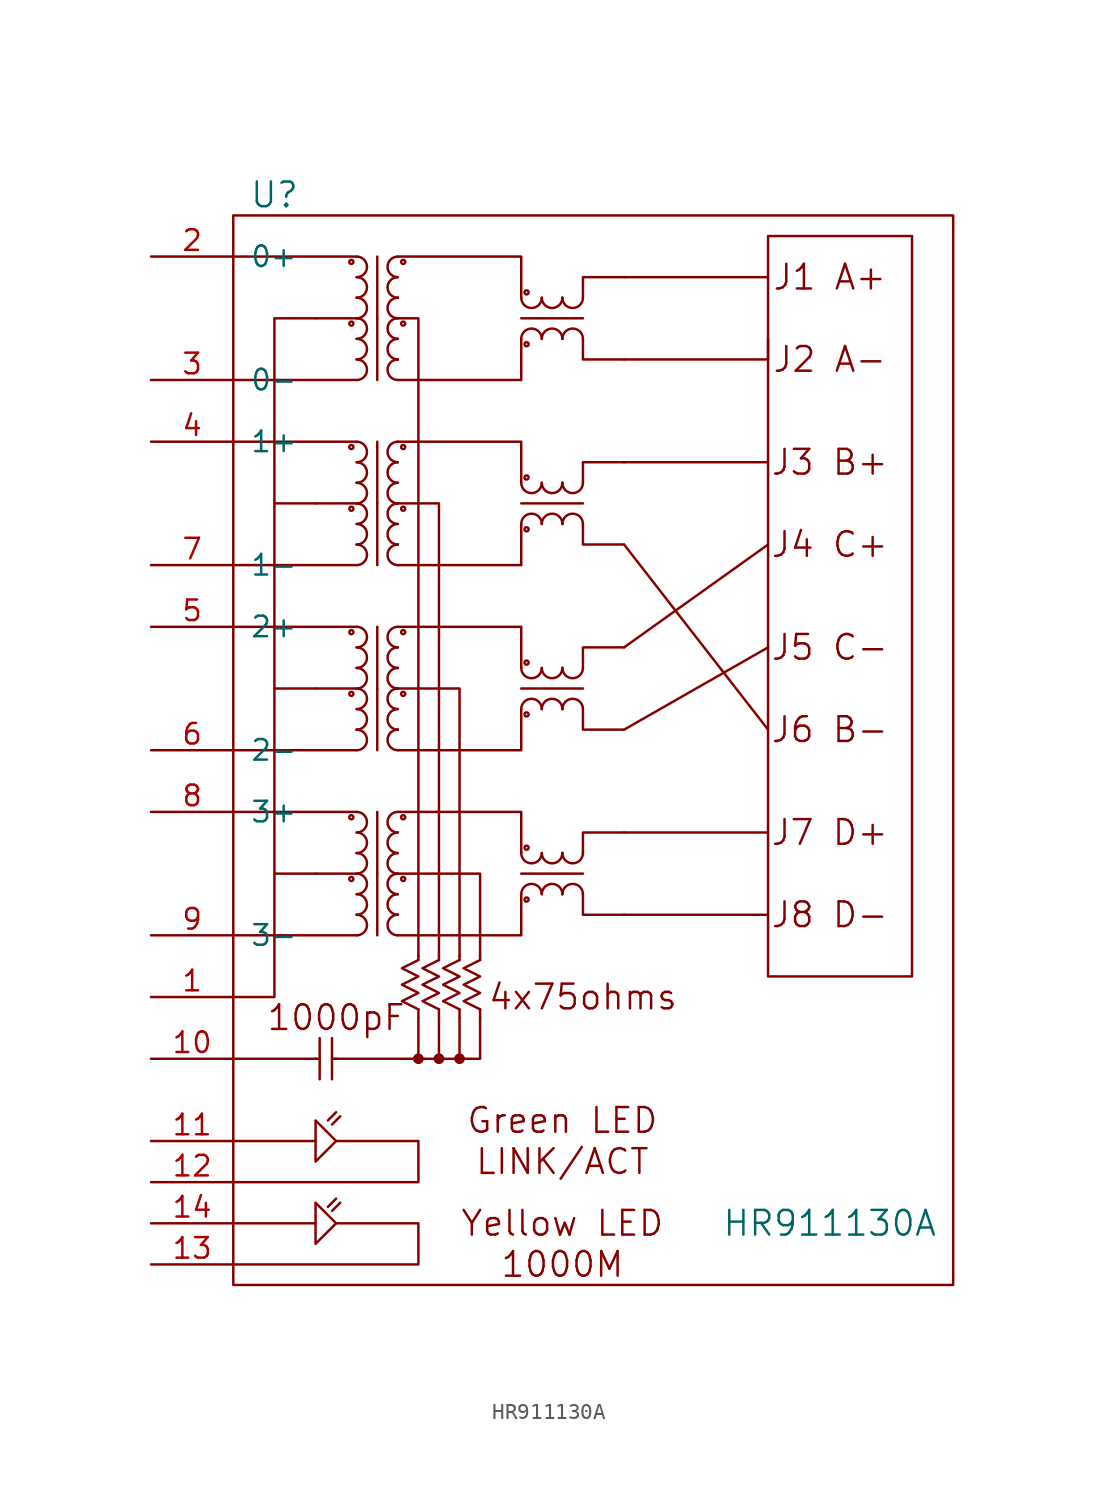
<source format=kicad_sym>
(kicad_symbol_lib
  (version 20220914)
  (generator kicad_symbol_editor)
  (symbol "HR911130A"
    (pin_names
      (offset 1.016))
    (property "Reference" "U"
      (at -17.78 20.32 0)
      (effects (font (size 1.524 1.524))))
    (property "Value" "HR911130A"
      (at 16.51 -43.18 0)
      (effects (font (size 1.524 1.524))))
    (property "Footprint" ""
      (at 2.54 -8.89 0)
      (effects (font (size 1.524 1.524))))
    (property "Datasheet" ""
      (at 2.54 -8.89 0)
      (effects (font (size 1.524 1.524))))
    (symbol "HR911130A_0_0"
      (circle (center -13.03 -21.92) (radius 0.127) (stroke (width 0) (type default)) (fill (type none)))
      (circle (center -13.03 -18.11) (radius 0.127) (stroke (width 0) (type default)) (fill (type none)))
      (circle (center -13.03 -10.49) (radius 0.127) (stroke (width 0) (type default)) (fill (type none)))
      (circle (center -13.03 -6.68) (radius 0.127) (stroke (width 0) (type default)) (fill (type none)))
      (circle (center -13.03 0.94) (radius 0.127) (stroke (width 0) (type default)) (fill (type none)))
      (circle (center -13.03 4.75) (radius 0.127) (stroke (width 0) (type default)) (fill (type none)))
      (circle (center -13.03 12.37) (radius 0.127) (stroke (width 0) (type default)) (fill (type none)))
      (circle (center -13.03 16.18) (radius 0.127) (stroke (width 0) (type default)) (fill (type none)))
      (arc (start -12.7 -25.4) (mid -12.0677 -24.765) (end -12.7 -24.13) (stroke (width 0) (type default)) (fill (type none)))
      (arc (start -12.7 -24.13) (mid -12.7 -24.13) (end -12.7 -24.13) (stroke (width 0) (type default)) (fill (type none)))
      (arc (start -12.7 -24.13) (mid -12.0677 -23.495) (end -12.7 -22.86) (stroke (width 0) (type default)) (fill (type none)))
      (arc (start -12.7 -22.86) (mid -12.0677 -22.225) (end -12.7 -21.59) (stroke (width 0) (type default)) (fill (type none)))
      (arc (start -12.7 -21.59) (mid -12.0677 -20.955) (end -12.7 -20.32) (stroke (width 0) (type default)) (fill (type none)))
      (arc (start -12.7 -20.32) (mid -12.7 -20.32) (end -12.7 -20.32) (stroke (width 0) (type default)) (fill (type none)))
      (arc (start -12.7 -20.32) (mid -12.0677 -19.685) (end -12.7 -19.05) (stroke (width 0) (type default)) (fill (type none)))
      (arc (start -12.7 -19.05) (mid -12.0677 -18.415) (end -12.7 -17.78) (stroke (width 0) (type default)) (fill (type none)))
      (arc (start -12.7 -13.97) (mid -12.0677 -13.335) (end -12.7 -12.7) (stroke (width 0) (type default)) (fill (type none)))
      (arc (start -12.7 -12.7) (mid -12.7 -12.7) (end -12.7 -12.7) (stroke (width 0) (type default)) (fill (type none)))
      (arc (start -12.7 -12.7) (mid -12.0677 -12.065) (end -12.7 -11.43) (stroke (width 0) (type default)) (fill (type none)))
      (arc (start -12.7 -11.43) (mid -12.0677 -10.795) (end -12.7 -10.16) (stroke (width 0) (type default)) (fill (type none)))
      (arc (start -12.7 -10.16) (mid -12.0677 -9.525) (end -12.7 -8.89) (stroke (width 0) (type default)) (fill (type none)))
      (arc (start -12.7 -8.89) (mid -12.7 -8.89) (end -12.7 -8.89) (stroke (width 0) (type default)) (fill (type none)))
      (arc (start -12.7 -8.89) (mid -12.0677 -8.255) (end -12.7 -7.62) (stroke (width 0) (type default)) (fill (type none)))
      (arc (start -12.7 -7.62) (mid -12.0677 -6.985) (end -12.7 -6.35) (stroke (width 0) (type default)) (fill (type none)))
      (arc (start -12.7 -2.54) (mid -12.0677 -1.905) (end -12.7 -1.27) (stroke (width 0) (type default)) (fill (type none)))
      (arc (start -12.7 -1.27) (mid -12.7 -1.27) (end -12.7 -1.27) (stroke (width 0) (type default)) (fill (type none)))
      (arc (start -12.7 -1.27) (mid -12.0677 -0.635) (end -12.7 0) (stroke (width 0) (type default)) (fill (type none)))
      (arc (start -12.7 0) (mid -12.0677 0.635) (end -12.7 1.27) (stroke (width 0) (type default)) (fill (type none)))
      (arc (start -12.7 1.27) (mid -12.0677 1.905) (end -12.7 2.54) (stroke (width 0) (type default)) (fill (type none)))
      (arc (start -12.7 2.54) (mid -12.7 2.54) (end -12.7 2.54) (stroke (width 0) (type default)) (fill (type none)))
      (arc (start -12.7 2.54) (mid -12.0677 3.175) (end -12.7 3.81) (stroke (width 0) (type default)) (fill (type none)))
      (arc (start -12.7 3.81) (mid -12.0677 4.445) (end -12.7 5.08) (stroke (width 0) (type default)) (fill (type none)))
      (arc (start -12.7 8.89) (mid -12.0677 9.525) (end -12.7 10.16) (stroke (width 0) (type default)) (fill (type none)))
      (arc (start -12.7 10.16) (mid -12.7 10.16) (end -12.7 10.16) (stroke (width 0) (type default)) (fill (type none)))
      (arc (start -12.7 10.16) (mid -12.0677 10.795) (end -12.7 11.43) (stroke (width 0) (type default)) (fill (type none)))
      (arc (start -12.7 11.43) (mid -12.0677 12.065) (end -12.7 12.7) (stroke (width 0) (type default)) (fill (type none)))
      (arc (start -12.7 12.7) (mid -12.0677 13.335) (end -12.7 13.97) (stroke (width 0) (type default)) (fill (type none)))
      (arc (start -12.7 13.97) (mid -12.7 13.97) (end -12.7 13.97) (stroke (width 0) (type default)) (fill (type none)))
      (arc (start -12.7 13.97) (mid -12.0677 14.605) (end -12.7 15.24) (stroke (width 0) (type default)) (fill (type none)))
      (arc (start -12.7 15.24) (mid -12.0677 15.875) (end -12.7 16.51) (stroke (width 0) (type default)) (fill (type none)))
      (arc (start -10.16 -24.13) (mid -10.7923 -24.765) (end -10.16 -25.4) (stroke (width 0) (type default)) (fill (type none)))
      (arc (start -10.16 -24.13) (mid -10.16 -24.13) (end -10.16 -24.13) (stroke (width 0) (type default)) (fill (type none)))
      (arc (start -10.16 -22.86) (mid -10.7923 -23.495) (end -10.16 -24.13) (stroke (width 0) (type default)) (fill (type none)))
      (arc (start -10.16 -21.59) (mid -10.7923 -22.225) (end -10.16 -22.86) (stroke (width 0) (type default)) (fill (type none)))
      (arc (start -10.16 -20.32) (mid -10.7923 -20.955) (end -10.16 -21.59) (stroke (width 0) (type default)) (fill (type none)))
      (arc (start -10.16 -20.32) (mid -10.16 -20.32) (end -10.16 -20.32) (stroke (width 0) (type default)) (fill (type none)))
      (arc (start -10.16 -19.05) (mid -10.7923 -19.685) (end -10.16 -20.32) (stroke (width 0) (type default)) (fill (type none)))
      (arc (start -10.16 -17.78) (mid -10.7923 -18.415) (end -10.16 -19.05) (stroke (width 0) (type default)) (fill (type none)))
      (arc (start -10.16 -12.7) (mid -10.7923 -13.335) (end -10.16 -13.97) (stroke (width 0) (type default)) (fill (type none)))
      (arc (start -10.16 -12.7) (mid -10.16 -12.7) (end -10.16 -12.7) (stroke (width 0) (type default)) (fill (type none)))
      (arc (start -10.16 -11.43) (mid -10.7923 -12.065) (end -10.16 -12.7) (stroke (width 0) (type default)) (fill (type none)))
      (arc (start -10.16 -10.16) (mid -10.7923 -10.795) (end -10.16 -11.43) (stroke (width 0) (type default)) (fill (type none)))
      (arc (start -10.16 -8.89) (mid -10.7923 -9.525) (end -10.16 -10.16) (stroke (width 0) (type default)) (fill (type none)))
      (arc (start -10.16 -8.89) (mid -10.16 -8.89) (end -10.16 -8.89) (stroke (width 0) (type default)) (fill (type none)))
      (arc (start -10.16 -7.62) (mid -10.7923 -8.255) (end -10.16 -8.89) (stroke (width 0) (type default)) (fill (type none)))
      (arc (start -10.16 -6.35) (mid -10.7923 -6.985) (end -10.16 -7.62) (stroke (width 0) (type default)) (fill (type none)))
      (arc (start -10.16 -1.27) (mid -10.7923 -1.905) (end -10.16 -2.54) (stroke (width 0) (type default)) (fill (type none)))
      (arc (start -10.16 -1.27) (mid -10.16 -1.27) (end -10.16 -1.27) (stroke (width 0) (type default)) (fill (type none)))
      (arc (start -10.16 0) (mid -10.7923 -0.635) (end -10.16 -1.27) (stroke (width 0) (type default)) (fill (type none)))
      (arc (start -10.16 1.27) (mid -10.7923 0.635) (end -10.16 0) (stroke (width 0) (type default)) (fill (type none)))
      (arc (start -10.16 2.54) (mid -10.7923 1.905) (end -10.16 1.27) (stroke (width 0) (type default)) (fill (type none)))
      (arc (start -10.16 2.54) (mid -10.16 2.54) (end -10.16 2.54) (stroke (width 0) (type default)) (fill (type none)))
      (arc (start -10.16 3.81) (mid -10.7923 3.175) (end -10.16 2.54) (stroke (width 0) (type default)) (fill (type none)))
      (arc (start -10.16 5.08) (mid -10.7923 4.445) (end -10.16 3.81) (stroke (width 0) (type default)) (fill (type none)))
      (arc (start -10.16 10.16) (mid -10.7923 9.525) (end -10.16 8.89) (stroke (width 0) (type default)) (fill (type none)))
      (arc (start -10.16 10.16) (mid -10.16 10.16) (end -10.16 10.16) (stroke (width 0) (type default)) (fill (type none)))
      (arc (start -10.16 11.43) (mid -10.7923 10.795) (end -10.16 10.16) (stroke (width 0) (type default)) (fill (type none)))
      (arc (start -10.16 12.7) (mid -10.7923 12.065) (end -10.16 11.43) (stroke (width 0) (type default)) (fill (type none)))
      (arc (start -10.16 13.97) (mid -10.7923 13.335) (end -10.16 12.7) (stroke (width 0) (type default)) (fill (type none)))
      (arc (start -10.16 13.97) (mid -10.16 13.97) (end -10.16 13.97) (stroke (width 0) (type default)) (fill (type none)))
      (arc (start -10.16 15.24) (mid -10.7923 14.605) (end -10.16 13.97) (stroke (width 0) (type default)) (fill (type none)))
      (arc (start -10.16 16.51) (mid -10.7923 15.875) (end -10.16 15.24) (stroke (width 0) (type default)) (fill (type none)))
      (circle (center -9.83 -21.92) (radius 0.127) (stroke (width 0) (type default)) (fill (type none)))
      (circle (center -9.83 -18.11) (radius 0.127) (stroke (width 0) (type default)) (fill (type none)))
      (circle (center -9.83 -10.49) (radius 0.127) (stroke (width 0) (type default)) (fill (type none)))
      (circle (center -9.83 -6.68) (radius 0.127) (stroke (width 0) (type default)) (fill (type none)))
      (circle (center -9.83 0.94) (radius 0.127) (stroke (width 0) (type default)) (fill (type none)))
      (circle (center -9.83 4.75) (radius 0.127) (stroke (width 0) (type default)) (fill (type none)))
      (circle (center -9.83 12.37) (radius 0.127) (stroke (width 0) (type default)) (fill (type none)))
      (circle (center -9.83 16.18) (radius 0.127) (stroke (width 0) (type default)) (fill (type none)))
      (circle (center -8.89 -33.02) (radius 0.254) (stroke (width 0) (type default)) (fill (type outline)))
      (circle (center -7.62 -33.02) (radius 0.254) (stroke (width 0) (type default)) (fill (type outline)))
      (circle (center -6.35 -33.02) (radius 0.254) (stroke (width 0) (type default)) (fill (type outline)))
      (arc (start -2.54 -20.32) (mid -1.905 -20.9523) (end -1.27 -20.32) (stroke (width 0) (type default)) (fill (type none)))
      (arc (start -2.54 -8.89) (mid -1.905 -9.5223) (end -1.27 -8.89) (stroke (width 0) (type default)) (fill (type none)))
      (arc (start -2.54 2.54) (mid -1.905 1.9077) (end -1.27 2.54) (stroke (width 0) (type default)) (fill (type none)))
      (arc (start -2.54 13.97) (mid -1.905 13.3377) (end -1.27 13.97) (stroke (width 0) (type default)) (fill (type none)))
      (circle (center -2.21 -23.19) (radius 0.127) (stroke (width 0) (type default)) (fill (type none)))
      (circle (center -2.21 -19.99) (radius 0.127) (stroke (width 0) (type default)) (fill (type none)))
      (circle (center -2.21 -11.76) (radius 0.127) (stroke (width 0) (type default)) (fill (type none)))
      (circle (center -2.21 -8.56) (radius 0.127) (stroke (width 0) (type default)) (fill (type none)))
      (circle (center -2.21 -0.33) (radius 0.127) (stroke (width 0) (type default)) (fill (type none)))
      (circle (center -2.21 2.87) (radius 0.127) (stroke (width 0) (type default)) (fill (type none)))
      (circle (center -2.21 11.1) (radius 0.127) (stroke (width 0) (type default)) (fill (type none)))
      (circle (center -2.21 14.3) (radius 0.127) (stroke (width 0) (type default)) (fill (type none)))
      (arc (start -1.27 -22.86) (mid -1.905 -22.2277) (end -2.54 -22.86) (stroke (width 0) (type default)) (fill (type none)))
      (arc (start -1.27 -20.32) (mid -0.635 -20.9523) (end 0 -20.32) (stroke (width 0) (type default)) (fill (type none)))
      (arc (start -1.27 -11.43) (mid -1.905 -10.7977) (end -2.54 -11.43) (stroke (width 0) (type default)) (fill (type none)))
      (arc (start -1.27 -8.89) (mid -0.635 -9.5223) (end 0 -8.89) (stroke (width 0) (type default)) (fill (type none)))
      (arc (start -1.27 0) (mid -1.905 0.6323) (end -2.54 0) (stroke (width 0) (type default)) (fill (type none)))
      (arc (start -1.27 2.54) (mid -0.635 1.9077) (end 0 2.54) (stroke (width 0) (type default)) (fill (type none)))
      (arc (start -1.27 11.43) (mid -1.905 12.0623) (end -2.54 11.43) (stroke (width 0) (type default)) (fill (type none)))
      (arc (start -1.27 13.97) (mid -0.635 13.3377) (end 0 13.97) (stroke (width 0) (type default)) (fill (type none)))
      (arc (start 0 -22.86) (mid -0.635 -22.2277) (end -1.27 -22.86) (stroke (width 0) (type default)) (fill (type none)))
      (arc (start 0 -22.86) (mid 0 -22.86) (end 0 -22.86) (stroke (width 0) (type default)) (fill (type none)))
      (arc (start 0 -20.32) (mid 0 -20.32) (end 0 -20.32) (stroke (width 0) (type default)) (fill (type none)))
      (arc (start 0 -20.32) (mid 0.635 -20.9523) (end 1.27 -20.32) (stroke (width 0) (type default)) (fill (type none)))
      (arc (start 0 -11.43) (mid -0.635 -10.7977) (end -1.27 -11.43) (stroke (width 0) (type default)) (fill (type none)))
      (arc (start 0 -11.43) (mid 0 -11.43) (end 0 -11.43) (stroke (width 0) (type default)) (fill (type none)))
      (arc (start 0 -8.89) (mid 0 -8.89) (end 0 -8.89) (stroke (width 0) (type default)) (fill (type none)))
      (arc (start 0 -8.89) (mid 0.635 -9.5223) (end 1.27 -8.89) (stroke (width 0) (type default)) (fill (type none)))
      (arc (start 0 0) (mid -0.635 0.6323) (end -1.27 0) (stroke (width 0) (type default)) (fill (type none)))
      (arc (start 0 0) (mid 0 0) (end 0 0) (stroke (width 0) (type default)) (fill (type none)))
      (polyline (pts (xy -15.24 -33.02) (xy -20.32 -33.02)) (stroke (width 0) (type default)) (fill (type none)))
      (polyline (pts (xy -15.24 -33.02) (xy -15.24 -33.02)) (stroke (width 0) (type default)) (fill (type none)))
      (polyline (pts (xy -14.986 -33.02) (xy -15.24 -33.02)) (stroke (width 0) (type default)) (fill (type none)))
      (polyline (pts (xy -14.986 -31.75) (xy -14.986 -34.29)) (stroke (width 0) (type default)) (fill (type none)))
      (polyline (pts (xy -14.478 -42.164) (xy -13.97 -41.656)) (stroke (width 0) (type default)) (fill (type none)))
      (polyline (pts (xy -14.478 -36.83) (xy -13.97 -36.322)) (stroke (width 0) (type default)) (fill (type none)))
      (polyline (pts (xy -14.224 -42.418) (xy -13.716 -41.91)) (stroke (width 0) (type default)) (fill (type none)))
      (polyline (pts (xy -14.224 -37.084) (xy -13.716 -36.576)) (stroke (width 0) (type default)) (fill (type none)))
      (polyline (pts (xy -14.224 -34.29) (xy -14.224 -31.75)) (stroke (width 0) (type default)) (fill (type none)))
      (polyline (pts (xy -14.224 -33.02) (xy -13.97 -33.02)) (stroke (width 0) (type default)) (fill (type none)))
      (polyline (pts (xy -11.43 -21.59) (xy -11.43 -25.4)) (stroke (width 0) (type default)) (fill (type none)))
      (polyline (pts (xy -11.43 -17.78) (xy -11.43 -21.59)) (stroke (width 0) (type default)) (fill (type none)))
      (polyline (pts (xy -11.43 -10.16) (xy -11.43 -13.97)) (stroke (width 0) (type default)) (fill (type none)))
      (polyline (pts (xy -11.43 -6.35) (xy -11.43 -10.16)) (stroke (width 0) (type default)) (fill (type none)))
      (polyline (pts (xy -11.43 1.27) (xy -11.43 -2.54)) (stroke (width 0) (type default)) (fill (type none)))
      (polyline (pts (xy -11.43 5.08) (xy -11.43 1.27)) (stroke (width 0) (type default)) (fill (type none)))
      (polyline (pts (xy -11.43 12.7) (xy -11.43 8.89)) (stroke (width 0) (type default)) (fill (type none)))
      (polyline (pts (xy -11.43 16.51) (xy -11.43 12.7)) (stroke (width 0) (type default)) (fill (type none)))
      (polyline (pts (xy -2.54 -21.59) (xy 1.27 -21.59)) (stroke (width 0) (type default)) (fill (type none)))
      (polyline (pts (xy -2.54 -10.16) (xy 1.27 -10.16)) (stroke (width 0) (type default)) (fill (type none)))
      (polyline (pts (xy -2.54 1.27) (xy 1.27 1.27)) (stroke (width 0) (type default)) (fill (type none)))
      (polyline (pts (xy -2.54 12.7) (xy 1.27 12.7)) (stroke (width 0) (type default)) (fill (type none)))
      (polyline (pts (xy -8.89 -33.02) (xy -7.62 -33.02) (xy -7.62 -30.48)) (stroke (width 0) (type default)) (fill (type none)))
      (polyline (pts (xy -8.89 -30.48) (xy -8.89 -33.02) (xy -13.97 -33.02)) (stroke (width 0) (type default)) (fill (type none)))
      (polyline (pts (xy -7.62 -33.02) (xy -6.35 -33.02) (xy -6.35 -30.48)) (stroke (width 0) (type default)) (fill (type none)))
      (polyline (pts (xy -6.35 -33.02) (xy -5.08 -33.02) (xy -5.08 -30.48)) (stroke (width 0) (type default)) (fill (type none)))
      (polyline (pts (xy 1.27 -22.86) (xy 1.27 -24.13) (xy 3.81 -24.13)) (stroke (width 0) (type default)) (fill (type none)))
      (polyline (pts (xy 1.27 -20.32) (xy 1.27 -19.05) (xy 3.81 -19.05)) (stroke (width 0) (type default)) (fill (type none)))
      (polyline (pts (xy 1.27 -11.43) (xy 1.27 -12.7) (xy 3.81 -12.7)) (stroke (width 0) (type default)) (fill (type none)))
      (polyline (pts (xy 1.27 -8.89) (xy 1.27 -7.62) (xy 3.81 -7.62)) (stroke (width 0) (type default)) (fill (type none)))
      (polyline (pts (xy 1.27 0) (xy 1.27 -1.27) (xy 3.81 -1.27)) (stroke (width 0) (type default)) (fill (type none)))
      (polyline (pts (xy 1.27 2.54) (xy 1.27 3.81) (xy 3.81 3.81)) (stroke (width 0) (type default)) (fill (type none)))
      (polyline (pts (xy 1.27 11.43) (xy 1.27 10.16) (xy 3.81 10.16)) (stroke (width 0) (type default)) (fill (type none)))
      (polyline (pts (xy 1.27 13.97) (xy 1.27 15.24) (xy 3.81 15.24)) (stroke (width 0) (type default)) (fill (type none)))
      (polyline (pts (xy -13.97 -43.18) (xy -8.89 -43.18) (xy -8.89 -45.72) (xy -20.32 -45.72)) (stroke (width 0) (type default)) (fill (type none)))
      (polyline (pts (xy -13.97 -38.1) (xy -8.89 -38.1) (xy -8.89 -40.64) (xy -20.32 -40.64)) (stroke (width 0) (type default)) (fill (type none)))
      (polyline (pts (xy -20.32 -43.18) (xy -15.24 -43.18) (xy -15.24 -41.91) (xy -13.97 -43.18) (xy -15.24 -44.45) (xy -15.24 -43.18)) (stroke (width 0) (type default)) (fill (type none)))
      (polyline (pts (xy -20.32 -38.1) (xy -15.24 -38.1) (xy -15.24 -36.83) (xy -13.97 -38.1) (xy -15.24 -39.37) (xy -15.24 -38.1)) (stroke (width 0) (type default)) (fill (type none)))
      (arc (start 0 2.54) (mid 0 2.54) (end 0 2.54) (stroke (width 0) (type default)) (fill (type none)))
      (arc (start 0 2.54) (mid 0.635 1.9077) (end 1.27 2.54) (stroke (width 0) (type default)) (fill (type none)))
      (arc (start 0 11.43) (mid -0.635 12.0623) (end -1.27 11.43) (stroke (width 0) (type default)) (fill (type none)))
      (arc (start 0 11.43) (mid 0 11.43) (end 0 11.43) (stroke (width 0) (type default)) (fill (type none)))
      (arc (start 0 13.97) (mid 0 13.97) (end 0 13.97) (stroke (width 0) (type default)) (fill (type none)))
      (arc (start 0 13.97) (mid 0.635 13.3377) (end 1.27 13.97) (stroke (width 0) (type default)) (fill (type none)))
      (arc (start 1.27 -22.86) (mid 0.635 -22.2277) (end 0 -22.86) (stroke (width 0) (type default)) (fill (type none)))
      (arc (start 1.27 -11.43) (mid 0.635 -10.7977) (end 0 -11.43) (stroke (width 0) (type default)) (fill (type none)))
      (arc (start 1.27 0) (mid 0.635 0.6323) (end 0 0) (stroke (width 0) (type default)) (fill (type none)))
      (arc (start 1.27 11.43) (mid 0.635 12.0623) (end 0 11.43) (stroke (width 0) (type default)) (fill (type none)))
      (text "1000M" (at 0 -45.72 0) (effects (font (size 1.524 1.524))))
      (text "1000pF" (at -13.97 -30.48 0) (effects (font (size 1.524 1.524))))
      (text "4x75ohms" (at 1.27 -29.21 0) (effects (font (size 1.524 1.524))))
      (text "Green LED" (at 0 -36.83 0) (effects (font (size 1.524 1.524))))
      (text "J1 A+" (at 16.51 15.24 0) (effects (font (size 1.524 1.524))))
      (text "J2 A-" (at 16.51 10.16 0) (effects (font (size 1.524 1.524))))
      (text "J3 B+" (at 16.51 3.81 0) (effects (font (size 1.524 1.524))))
      (text "J4 C+" (at 16.51 -1.27 0) (effects (font (size 1.524 1.524))))
      (text "J5 C-" (at 16.51 -7.62 0) (effects (font (size 1.524 1.524))))
      (text "J6 B-" (at 16.51 -12.7 0) (effects (font (size 1.524 1.524))))
      (text "J7 D+" (at 16.51 -19.05 0) (effects (font (size 1.524 1.524))))
      (text "J8 D-" (at 16.51 -24.13 0) (effects (font (size 1.524 1.524))))
      (text "LINK/ACT" (at 0 -39.37 0) (effects (font (size 1.524 1.524))))
      (text "Yellow LED" (at 0 -43.18 0) (effects (font (size 1.524 1.524)))))
    (symbol "HR911130A_0_1"
      (rectangle (start -20.32 19.05) (end 24.13 -46.99) (stroke (width 0) (type default)) (fill (type none)))
      (polyline (pts (xy -15.24 -21.59) (xy -17.78 -21.59)) (stroke (width 0) (type default)) (fill (type none)))
      (polyline (pts (xy -15.24 -10.16) (xy -17.78 -10.16)) (stroke (width 0) (type default)) (fill (type none)))
      (polyline (pts (xy -15.24 1.27) (xy -17.78 1.27)) (stroke (width 0) (type default)) (fill (type none)))
      (polyline (pts (xy -12.7 -25.4) (xy -20.32 -25.4)) (stroke (width 0) (type default)) (fill (type none)))
      (polyline (pts (xy -12.7 -21.59) (xy -15.24 -21.59)) (stroke (width 0) (type default)) (fill (type none)))
      (polyline (pts (xy -12.7 -17.78) (xy -20.32 -17.78)) (stroke (width 0) (type default)) (fill (type none)))
      (polyline (pts (xy -12.7 -13.97) (xy -20.32 -13.97)) (stroke (width 0) (type default)) (fill (type none)))
      (polyline (pts (xy -12.7 -10.16) (xy -15.24 -10.16)) (stroke (width 0) (type default)) (fill (type none)))
      (polyline (pts (xy -12.7 -6.35) (xy -20.32 -6.35)) (stroke (width 0) (type default)) (fill (type none)))
      (polyline (pts (xy -12.7 -2.54) (xy -20.32 -2.54)) (stroke (width 0) (type default)) (fill (type none)))
      (polyline (pts (xy -12.7 1.27) (xy -15.24 1.27)) (stroke (width 0) (type default)) (fill (type none)))
      (polyline (pts (xy -12.7 5.08) (xy -20.32 5.08)) (stroke (width 0) (type default)) (fill (type none)))
      (polyline (pts (xy -12.7 8.89) (xy -20.32 8.89)) (stroke (width 0) (type default)) (fill (type none)))
      (polyline (pts (xy -12.7 12.7) (xy -15.24 12.7)) (stroke (width 0) (type default)) (fill (type none)))
      (polyline (pts (xy -12.7 16.51) (xy -20.32 16.51)) (stroke (width 0) (type default)) (fill (type none)))
      (polyline (pts (xy -8.89 -29.972) (xy -8.89 -30.48)) (stroke (width 0) (type default)) (fill (type none)))
      (polyline (pts (xy -8.89 -26.924) (xy -8.89 -26.67)) (stroke (width 0) (type default)) (fill (type none)))
      (polyline (pts (xy -7.62 -29.972) (xy -7.62 -30.48)) (stroke (width 0) (type default)) (fill (type none)))
      (polyline (pts (xy -7.62 -26.924) (xy -7.62 -26.67)) (stroke (width 0) (type default)) (fill (type none)))
      (polyline (pts (xy -6.35 -29.972) (xy -6.35 -30.48)) (stroke (width 0) (type default)) (fill (type none)))
      (polyline (pts (xy -6.35 -26.924) (xy -6.35 -26.67)) (stroke (width 0) (type default)) (fill (type none)))
      (polyline (pts (xy -5.08 -29.972) (xy -5.08 -30.48)) (stroke (width 0) (type default)) (fill (type none)))
      (polyline (pts (xy -5.08 -26.924) (xy -5.08 -26.67)) (stroke (width 0) (type default)) (fill (type none)))
      (polyline (pts (xy 3.81 -24.13) (xy 12.7 -24.13)) (stroke (width 0) (type default)) (fill (type none)))
      (polyline (pts (xy 3.81 -19.05) (xy 12.7 -19.05)) (stroke (width 0) (type default)) (fill (type none)))
      (polyline (pts (xy 3.81 -12.7) (xy 12.7 -7.62)) (stroke (width 0) (type default)) (fill (type none)))
      (polyline (pts (xy 3.81 -7.62) (xy 12.7 -1.27)) (stroke (width 0) (type default)) (fill (type none)))
      (polyline (pts (xy 3.81 -1.27) (xy 12.7 -12.7)) (stroke (width 0) (type default)) (fill (type none)))
      (polyline (pts (xy 3.81 3.81) (xy 12.7 3.81)) (stroke (width 0) (type default)) (fill (type none)))
      (polyline (pts (xy 3.81 15.24) (xy 12.7 15.24)) (stroke (width 0) (type default)) (fill (type none)))
      (polyline (pts (xy -10.16 -21.59) (xy -5.08 -21.59) (xy -5.08 -26.67)) (stroke (width 0) (type default)) (fill (type none)))
      (polyline (pts (xy -10.16 -10.16) (xy -6.35 -10.16) (xy -6.35 -26.67)) (stroke (width 0) (type default)) (fill (type none)))
      (polyline (pts (xy -10.16 1.27) (xy -7.62 1.27) (xy -7.62 -26.67)) (stroke (width 0) (type default)) (fill (type none)))
      (polyline (pts (xy -10.16 12.7) (xy -8.89 12.7) (xy -8.89 -26.67)) (stroke (width 0) (type default)) (fill (type none)))
      (polyline (pts (xy -2.54 -22.86) (xy -2.54 -25.4) (xy -10.16 -25.4)) (stroke (width 0) (type default)) (fill (type none)))
      (polyline (pts (xy -2.54 -20.32) (xy -2.54 -17.78) (xy -10.16 -17.78)) (stroke (width 0) (type default)) (fill (type none)))
      (polyline (pts (xy -2.54 -11.43) (xy -2.54 -13.97) (xy -10.16 -13.97)) (stroke (width 0) (type default)) (fill (type none)))
      (polyline (pts (xy -2.54 -8.89) (xy -2.54 -6.35) (xy -10.16 -6.35)) (stroke (width 0) (type default)) (fill (type none)))
      (polyline (pts (xy -2.54 0) (xy -2.54 -2.54) (xy -10.16 -2.54)) (stroke (width 0) (type default)) (fill (type none)))
      (polyline (pts (xy -2.54 2.54) (xy -2.54 5.08) (xy -10.16 5.08)) (stroke (width 0) (type default)) (fill (type none)))
      (polyline (pts (xy -2.54 11.43) (xy -2.54 8.89) (xy -10.16 8.89)) (stroke (width 0) (type default)) (fill (type none)))
      (polyline (pts (xy -2.54 13.97) (xy -2.54 16.51) (xy -10.16 16.51)) (stroke (width 0) (type default)) (fill (type none)))
      (polyline (pts (xy 3.81 10.16) (xy 12.7 10.16) (xy 12.7 11.43)) (stroke (width 0) (type default)) (fill (type none)))
      (polyline (pts (xy -20.32 -29.21) (xy -17.78 -29.21) (xy -17.78 12.7) (xy -15.24 12.7)) (stroke (width 0) (type default)) (fill (type none)))
      (polyline (pts (xy -8.89 -26.924) (xy -9.906 -27.432) (xy -8.89 -27.94) (xy -9.906 -28.448) (xy -8.89 -28.956) (xy -9.906 -29.464) (xy -8.89 -29.972)) (stroke (width 0) (type default)) (fill (type none)))
      (polyline (pts (xy -7.62 -26.924) (xy -8.636 -27.432) (xy -7.62 -27.94) (xy -8.636 -28.448) (xy -7.62 -28.956) (xy -8.636 -29.464) (xy -7.62 -29.972)) (stroke (width 0) (type default)) (fill (type none)))
      (polyline (pts (xy -6.35 -26.924) (xy -7.366 -27.432) (xy -6.35 -27.94) (xy -7.366 -28.448) (xy -6.35 -28.956) (xy -7.366 -29.464) (xy -6.35 -29.972)) (stroke (width 0) (type default)) (fill (type none)))
      (polyline (pts (xy -5.08 -26.924) (xy -6.096 -27.432) (xy -5.08 -27.94) (xy -6.096 -28.448) (xy -5.08 -28.956) (xy -6.096 -29.464) (xy -5.08 -29.972)) (stroke (width 0) (type default)) (fill (type none)))
      (rectangle (start 12.7 17.78) (end 21.59 -27.94) (stroke (width 0) (type default)) (fill (type none))))
    (symbol "HR911130A_1_1"
      (pin input line (at -25.4 -29.21 0) (length 5.08) (name "~" (effects (font (size 1.27 1.27)))) (number "1" (effects (font (size 1.27 1.27)))))
      (pin input line (at -25.4 -33.02 0) (length 5.08) (name "~" (effects (font (size 1.27 1.27)))) (number "10" (effects (font (size 1.27 1.27)))))
      (pin input line (at -25.4 -38.1 0) (length 5.08) (name "~" (effects (font (size 1.27 1.27)))) (number "11" (effects (font (size 1.27 1.27)))))
      (pin input line (at -25.4 -40.64 0) (length 5.08) (name "~" (effects (font (size 1.27 1.27)))) (number "12" (effects (font (size 1.27 1.27)))))
      (pin input line (at -25.4 -45.72 0) (length 5.08) (name "~" (effects (font (size 1.27 1.27)))) (number "13" (effects (font (size 1.27 1.27)))))
      (pin input line (at -25.4 -43.18 0) (length 5.08) (name "~" (effects (font (size 1.27 1.27)))) (number "14" (effects (font (size 1.27 1.27)))))
      (pin input line (at -25.4 16.51 0) (length 5.08) (name "0+" (effects (font (size 1.27 1.27)))) (number "2" (effects (font (size 1.27 1.27)))))
      (pin input line (at -25.4 8.89 0) (length 5.08) (name "0-" (effects (font (size 1.27 1.27)))) (number "3" (effects (font (size 1.27 1.27)))))
      (pin input line (at -25.4 5.08 0) (length 5.08) (name "1+" (effects (font (size 1.27 1.27)))) (number "4" (effects (font (size 1.27 1.27)))))
      (pin input line (at -25.4 -6.35 0) (length 5.08) (name "2+" (effects (font (size 1.27 1.27)))) (number "5" (effects (font (size 1.27 1.27)))))
      (pin input line (at -25.4 -13.97 0) (length 5.08) (name "2-" (effects (font (size 1.27 1.27)))) (number "6" (effects (font (size 1.27 1.27)))))
      (pin input line (at -25.4 -2.54 0) (length 5.08) (name "1-" (effects (font (size 1.27 1.27)))) (number "7" (effects (font (size 1.27 1.27)))))
      (pin input line (at -25.4 -17.78 0) (length 5.08) (name "3+" (effects (font (size 1.27 1.27)))) (number "8" (effects (font (size 1.27 1.27)))))
      (pin input line (at -25.4 -25.4 0) (length 5.08) (name "3-" (effects (font (size 1.27 1.27)))) (number "9" (effects (font (size 1.27 1.27))))))))
</source>
